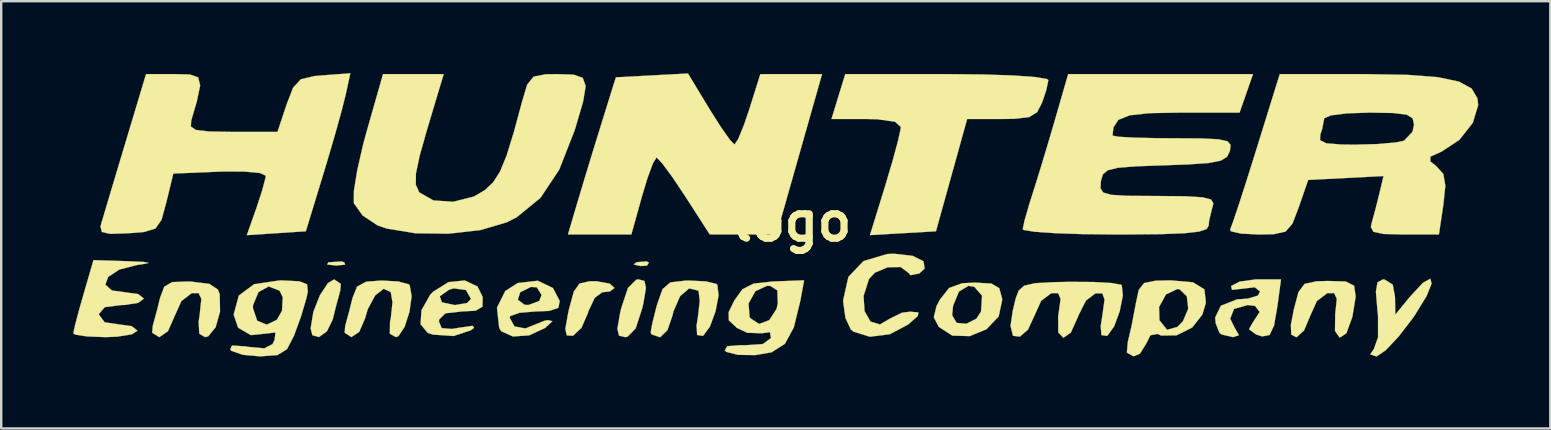
<source format=kicad_pcb>
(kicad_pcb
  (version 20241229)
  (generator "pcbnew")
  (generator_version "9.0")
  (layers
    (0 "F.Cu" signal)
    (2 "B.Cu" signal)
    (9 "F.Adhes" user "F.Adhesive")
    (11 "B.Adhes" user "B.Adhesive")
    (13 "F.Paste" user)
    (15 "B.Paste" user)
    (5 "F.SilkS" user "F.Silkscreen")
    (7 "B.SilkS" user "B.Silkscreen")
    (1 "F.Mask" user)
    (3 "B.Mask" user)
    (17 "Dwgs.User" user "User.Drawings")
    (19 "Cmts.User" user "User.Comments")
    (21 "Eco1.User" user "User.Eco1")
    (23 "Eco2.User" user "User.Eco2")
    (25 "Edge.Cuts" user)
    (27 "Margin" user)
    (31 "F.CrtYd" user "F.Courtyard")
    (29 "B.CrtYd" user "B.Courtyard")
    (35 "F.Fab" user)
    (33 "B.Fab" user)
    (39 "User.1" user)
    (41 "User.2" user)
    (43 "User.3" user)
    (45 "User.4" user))
  (footprint "logo"
    (layer "F.Cu")
    (at 29.95 6.188)
    (property "Reference" "logo" (at 0 0 0) (layer "F.SilkS") (effects (font (size 1.524 1.524) (thickness 0.3))))
    (attr through_hole)
    (fp_poly (pts (xy -18.649 1.695) (xy -18.615 1.792) (xy -18.983 1.829) (xy -19.363 1.787) (xy -19.317 1.695) (xy -18.77 1.659) (xy -18.649 1.695)) (stroke (width 0.01) (type solid)) (fill yes) (layer "F.SilkS"))
    (fp_poly (pts (xy -5.955 1.71) (xy -6.034 1.832) (xy -6.305 1.85) (xy -6.591 1.785) (xy -6.467 1.689) (xy -6.049 1.657) (xy -5.955 1.71)) (stroke (width 0.01) (type solid)) (fill yes) (layer "F.SilkS"))
    (fp_poly (pts (xy -18.795 2.593) (xy -18.819 2.874) (xy -18.987 3.491) (xy -19.133 4.077) (xy -19.374 4.571) (xy -19.708 4.811) (xy -19.981 4.732) (xy -20.053 4.451) (xy -19.942 3.768) (xy -19.671 3.074) (xy -19.332 2.559) (xy -19.073 2.406) (xy -18.795 2.593)) (stroke (width 0.01) (type solid)) (fill yes) (layer "F.SilkS"))
    (fp_poly (pts (xy -6.14 2.473) (xy -6.077 2.761) (xy -6.185 3.4) (xy -6.232 3.609) (xy -6.507 4.45) (xy -6.847 4.798) (xy -6.948 4.813) (xy -7.203 4.748) (xy -7.268 4.465) (xy -7.16 3.834) (xy -7.109 3.609) (xy -6.827 2.763) (xy -6.481 2.418) (xy -6.393 2.406) (xy -6.14 2.473)) (stroke (width 0.01) (type solid)) (fill yes) (layer "F.SilkS"))
    (fp_poly (pts (xy -8.133 2.486) (xy -7.587 2.584) (xy -7.387 2.764) (xy -7.589 2.913) (xy -7.896 2.941) (xy -8.211 3.172) (xy -8.478 3.737) (xy -8.498 3.81) (xy -8.765 4.425) (xy -9.112 4.751) (xy -9.14 4.758) (xy -9.381 4.738) (xy -9.437 4.467) (xy -9.324 3.825) (xy -9.285 3.65) (xy -9.087 2.92) (xy -8.847 2.578) (xy -8.426 2.484) (xy -8.133 2.486)) (stroke (width 0.01) (type solid)) (fill yes) (layer "F.SilkS"))
    (fp_poly (pts (xy 26.667 2.583) (xy 26.454 3.107) (xy 25.969 3.898) (xy 25.891 4.011) (xy 25.288 4.794) (xy 24.749 5.365) (xy 24.383 5.612) (xy 24.358 5.615) (xy 24.109 5.532) (xy 24.26 5.311) (xy 24.435 4.816) (xy 24.433 3.923) (xy 24.41 3.707) (xy 24.345 2.917) (xy 24.412 2.526) (xy 24.638 2.408) (xy 24.694 2.406) (xy 25.048 2.623) (xy 25.142 3.142) (xy 25.152 3.877) (xy 25.754 3.142) (xy 26.308 2.547) (xy 26.615 2.379) (xy 26.667 2.583)) (stroke (width 0.01) (type solid)) (fill yes) (layer "F.SilkS"))
    (fp_poly (pts (xy 23.084 2.494) (xy 23.438 2.67) (xy 23.504 3.121) (xy 23.363 3.97) (xy 23.361 3.977) (xy 23.117 4.65) (xy 22.836 4.835) (xy 22.64 4.555) (xy 22.649 3.85) (xy 22.716 3.219) (xy 22.603 2.977) (xy 22.315 2.981) (xy 21.886 3.307) (xy 21.599 3.944) (xy 21.352 4.533) (xy 21.049 4.81) (xy 21.018 4.813) (xy 20.816 4.705) (xy 20.801 4.303) (xy 20.927 3.651) (xy 21.118 2.934) (xy 21.372 2.594) (xy 21.866 2.486) (xy 22.361 2.472) (xy 23.084 2.494)) (stroke (width 0.01) (type solid)) (fill yes) (layer "F.SilkS"))
    (fp_poly (pts (xy -25.047 2.498) (xy -24.281 2.591) (xy -23.916 2.832) (xy -23.843 3.029) (xy -23.829 3.749) (xy -24.011 4.397) (xy -24.32 4.778) (xy -24.452 4.813) (xy -24.693 4.673) (xy -24.721 4.182) (xy -24.675 3.85) (xy -24.608 3.219) (xy -24.722 2.977) (xy -25.01 2.981) (xy -25.438 3.307) (xy -25.725 3.944) (xy -25.999 4.564) (xy -26.355 4.813) (xy -26.361 4.813) (xy -26.656 4.633) (xy -26.634 4.345) (xy -26.464 3.723) (xy -26.326 3.166) (xy -26.157 2.714) (xy -25.828 2.52) (xy -25.163 2.494) (xy -25.047 2.498)) (stroke (width 0.01) (type solid)) (fill yes) (layer "F.SilkS"))
    (fp_poly (pts (xy -16.398 2.494) (xy -15.967 2.61) (xy -15.924 2.649) (xy -15.844 3.109) (xy -15.933 3.757) (xy -16.135 4.382) (xy -16.392 4.771) (xy -16.499 4.813) (xy -16.752 4.673) (xy -16.745 4.182) (xy -16.712 4.017) (xy -16.641 3.36) (xy -16.715 2.935) (xy -17.009 2.799) (xy -17.361 3.071) (xy -17.673 3.649) (xy -17.784 4.029) (xy -18.026 4.591) (xy -18.354 4.813) (xy -18.636 4.628) (xy -18.613 4.345) (xy -18.443 3.721) (xy -18.306 3.173) (xy -18.118 2.706) (xy -17.737 2.502) (xy -17.096 2.454) (xy -16.398 2.494)) (stroke (width 0.01) (type solid)) (fill yes) (layer "F.SilkS"))
    (fp_poly (pts (xy 7.99 -6.134) (xy 9.245 -6.092) (xy 10.152 -6.027) (xy 10.635 -5.944) (xy 10.695 -5.9) (xy 10.607 -5.481) (xy 10.434 -4.964) (xy 10.225 -4.562) (xy 9.89 -4.357) (xy 9.269 -4.285) (xy 8.741 -4.278) (xy 7.309 -4.278) (xy 6.659 -1.938) (xy 6.009 0.401) (xy 4.634 0.481) (xy 3.258 0.561) (xy 3.902 -1.524) (xy 4.202 -2.537) (xy 4.428 -3.372) (xy 4.54 -3.881) (xy 4.545 -3.944) (xy 4.303 -4.164) (xy 3.564 -4.268) (xy 3.1 -4.278) (xy 1.654 -4.278) (xy 1.941 -5.214) (xy 2.229 -6.149) (xy 6.462 -6.149) (xy 7.99 -6.134)) (stroke (width 0.01) (type solid)) (fill yes) (layer "F.SilkS"))
    (fp_poly (pts (xy 8.323 2.581) (xy 8.647 2.773) (xy 8.768 3.218) (xy 8.772 3.249) (xy 8.625 3.95) (xy 8.119 4.481) (xy 7.419 4.771) (xy 6.69 4.75) (xy 6.128 4.386) (xy 5.919 3.989) (xy 5.94 3.899) (xy 6.684 3.899) (xy 6.868 4.217) (xy 7.276 4.256) (xy 7.696 4.042) (xy 7.887 3.746) (xy 7.93 3.085) (xy 7.608 2.716) (xy 7.365 2.674) (xy 6.969 2.911) (xy 6.722 3.506) (xy 6.684 3.899) (xy 5.94 3.899) (xy 6.031 3.519) (xy 6.173 3.25) (xy 6.554 2.766) (xy 7.099 2.567) (xy 7.63 2.54) (xy 8.323 2.581)) (stroke (width 0.01) (type solid)) (fill yes) (layer "F.SilkS"))
    (fp_poly (pts (xy -3.433 -4.699) (xy -2.953 -3.94) (xy -2.574 -3.405) (xy -2.388 -3.216) (xy -2.233 -3.444) (xy -1.989 -4.044) (xy -1.773 -4.679) (xy -1.31 -6.149) (xy 1.262 -6.149) (xy 0.313 -2.807) (xy -0.636 0.535) (xy -3.417 0.535) (xy -4.449 -1.067) (xy -4.976 -1.854) (xy -5.398 -2.427) (xy -5.629 -2.67) (xy -5.638 -2.671) (xy -5.785 -2.437) (xy -6.012 -1.823) (xy -6.24 -1.069) (xy -6.686 0.535) (xy -9.329 0.535) (xy -8.914 -0.869) (xy -8.61 -1.882) (xy -8.234 -3.115) (xy -7.915 -4.144) (xy -7.332 -6.016) (xy -5.829 -6.095) (xy -4.326 -6.175) (xy -3.433 -4.699)) (stroke (width 0.01) (type solid)) (fill yes) (layer "F.SilkS"))
    (fp_poly (pts (xy -3.579 2.489) (xy -3.147 2.592) (xy -3.102 2.63) (xy -3.051 3.077) (xy -3.177 3.735) (xy -3.409 4.369) (xy -3.681 4.742) (xy -3.719 4.76) (xy -3.946 4.723) (xy -3.968 4.324) (xy -3.91 3.959) (xy -3.836 3.3) (xy -3.883 2.897) (xy -3.9 2.874) (xy -4.275 2.781) (xy -4.656 3.108) (xy -4.936 3.752) (xy -4.969 3.903) (xy -5.183 4.527) (xy -5.479 4.81) (xy -5.511 4.813) (xy -5.847 4.696) (xy -5.881 4.612) (xy -5.814 4.244) (xy -5.65 3.59) (xy -5.609 3.44) (xy -5.386 2.81) (xy -5.06 2.531) (xy -4.432 2.457) (xy -4.279 2.455) (xy -3.579 2.489)) (stroke (width 0.01) (type solid)) (fill yes) (layer "F.SilkS"))
    (fp_poly (pts (xy 5.041 1.426) (xy 5.491 1.652) (xy 5.536 1.955) (xy 5.315 2.16) (xy 4.948 2.233) (xy 4.857 2.13) (xy 4.54 1.892) (xy 4 1.902) (xy 3.466 2.124) (xy 3.218 2.389) (xy 2.992 3.099) (xy 3.033 3.731) (xy 3.281 4.165) (xy 3.673 4.286) (xy 4.082 4.046) (xy 4.588 3.796) (xy 4.933 3.752) (xy 5.283 3.784) (xy 5.248 3.936) (xy 4.85 4.287) (xy 4.085 4.692) (xy 3.252 4.797) (xy 2.567 4.582) (xy 2.46 4.492) (xy 2.236 4.015) (xy 2.139 3.308) (xy 2.139 3.289) (xy 2.359 2.304) (xy 2.987 1.643) (xy 3.979 1.349) (xy 4.262 1.337) (xy 5.041 1.426)) (stroke (width 0.01) (type solid)) (fill yes) (layer "F.SilkS"))
    (fp_poly (pts (xy 20.244 3.498) (xy 20.101 4.328) (xy 19.914 4.724) (xy 19.608 4.783) (xy 19.351 4.703) (xy 19.055 4.484) (xy 19.206 4.216) (xy 19.5 3.764) (xy 19.309 3.514) (xy 18.999 3.476) (xy 18.431 3.639) (xy 18.272 4.044) (xy 18.458 4.423) (xy 18.638 4.734) (xy 18.392 4.813) (xy 18.392 4.813) (xy 17.924 4.704) (xy 17.825 4.634) (xy 17.668 4.239) (xy 17.646 3.995) (xy 17.885 3.503) (xy 18.553 3.241) (xy 19.005 3.208) (xy 19.427 3.08) (xy 19.518 2.912) (xy 19.297 2.735) (xy 18.827 2.789) (xy 18.347 2.844) (xy 18.308 2.684) (xy 18.667 2.499) (xy 19.323 2.408) (xy 19.435 2.406) (xy 20.39 2.406) (xy 20.244 3.498)) (stroke (width 0.01) (type solid)) (fill yes) (layer "F.SilkS"))
    (fp_poly (pts (xy -27.721 1.647) (xy -27.006 1.679) (xy -26.802 1.72) (xy -27.081 1.778) (xy -27.269 1.802) (xy -28.031 1.998) (xy -28.493 2.305) (xy -28.609 2.627) (xy -28.334 2.869) (xy -27.806 2.941) (xy -27.243 3.018) (xy -27.004 3.205) (xy -27.004 3.208) (xy -27.239 3.385) (xy -27.817 3.473) (xy -27.94 3.476) (xy -28.632 3.563) (xy -28.874 3.84) (xy -28.876 3.877) (xy -28.637 4.195) (xy -28.074 4.278) (xy -27.511 4.355) (xy -27.272 4.542) (xy -27.272 4.545) (xy -27.512 4.698) (xy -28.127 4.795) (xy -28.608 4.813) (xy -29.371 4.784) (xy -29.855 4.711) (xy -29.945 4.653) (xy -29.876 4.328) (xy -29.698 3.657) (xy -29.525 3.049) (xy -29.105 1.604) (xy -27.721 1.647)) (stroke (width 0.01) (type solid)) (fill yes) (layer "F.SilkS"))
    (fp_poly (pts (xy 16.721 2.528) (xy 17.198 2.822) (xy 17.26 3.379) (xy 17.114 3.872) (xy 16.689 4.412) (xy 16.038 4.737) (xy 15.391 4.747) (xy 15.237 4.677) (xy 14.943 4.737) (xy 14.79 5.053) (xy 14.512 5.502) (xy 14.242 5.615) (xy 13.966 5.457) (xy 14.006 5.013) (xy 14.164 4.332) (xy 14.312 3.557) (xy 15.307 3.557) (xy 15.323 4.108) (xy 15.64 4.507) (xy 16.068 4.389) (xy 16.299 4.157) (xy 16.523 3.632) (xy 16.465 3.112) (xy 16.165 2.819) (xy 16.068 2.807) (xy 15.596 3.034) (xy 15.307 3.557) (xy 14.312 3.557) (xy 14.324 3.494) (xy 14.334 3.434) (xy 14.46 2.847) (xy 14.683 2.559) (xy 15.164 2.461) (xy 15.782 2.447) (xy 16.721 2.528)) (stroke (width 0.01) (type solid)) (fill yes) (layer "F.SilkS"))
    (fp_poly (pts (xy -13.096 2.704) (xy -12.882 3.142) (xy -12.893 3.544) (xy -13.176 3.712) (xy -13.751 3.743) (xy -14.437 3.82) (xy -14.697 4.076) (xy -14.705 4.165) (xy -14.592 4.439) (xy -14.167 4.472) (xy -13.836 4.417) (xy -13.304 4.34) (xy -13.243 4.424) (xy -13.368 4.525) (xy -14.093 4.766) (xy -14.952 4.708) (xy -15.173 4.636) (xy -15.472 4.275) (xy -15.433 3.691) (xy -15.107 3.111) (xy -14.672 3.111) (xy -14.582 3.363) (xy -14.052 3.476) (xy -14.037 3.476) (xy -13.534 3.39) (xy -13.368 3.224) (xy -13.58 2.851) (xy -14.087 2.78) (xy -14.28 2.835) (xy -14.672 3.111) (xy -15.107 3.111) (xy -15.076 3.056) (xy -14.956 2.925) (xy -14.306 2.519) (xy -13.63 2.451) (xy -13.096 2.704)) (stroke (width 0.01) (type solid)) (fill yes) (layer "F.SilkS"))
    (fp_poly (pts (xy -9.954 2.767) (xy -9.673 3.304) (xy -9.725 3.591) (xy -10.11 3.72) (xy -10.675 3.743) (xy -11.352 3.798) (xy -11.733 3.935) (xy -11.764 3.995) (xy -11.556 4.368) (xy -11.103 4.451) (xy -10.895 4.368) (xy -10.32 4.135) (xy -10.16 4.102) (xy -9.978 4.148) (xy -10.264 4.418) (xy -10.278 4.429) (xy -10.946 4.738) (xy -11.623 4.786) (xy -12.107 4.57) (xy -12.195 4.431) (xy -12.287 3.586) (xy -12.122 3.253) (xy -11.418 3.253) (xy -11.144 3.461) (xy -10.984 3.476) (xy -10.525 3.306) (xy -10.427 3.055) (xy -10.628 2.734) (xy -10.873 2.721) (xy -11.319 2.944) (xy -11.418 3.253) (xy -12.122 3.253) (xy -11.943 2.892) (xy -11.416 2.556) (xy -10.585 2.463) (xy -9.954 2.767)) (stroke (width 0.01) (type solid)) (fill yes) (layer "F.SilkS"))
    (fp_poly (pts (xy 0.357 3.295) (xy 0.085 4.408) (xy -0.285 5.09) (xy -0.838 5.444) (xy -1.515 5.562) (xy -2.244 5.552) (xy -2.725 5.429) (xy -2.795 5.368) (xy -2.691 5.191) (xy -2.119 5.147) (xy -1.979 5.153) (xy -1.203 5.1) (xy -0.866 4.851) (xy -0.909 4.606) (xy -1.252 4.652) (xy -1.859 4.631) (xy -2.287 4.428) (xy -2.623 4.115) (xy -2.633 3.776) (xy -2.455 3.41) (xy -1.8 3.41) (xy -1.761 3.968) (xy -1.73 4.023) (xy -1.359 4.264) (xy -0.938 4.105) (xy -0.633 3.636) (xy -0.584 3.407) (xy -0.602 2.865) (xy -0.894 2.681) (xy -1.034 2.674) (xy -1.516 2.898) (xy -1.8 3.41) (xy -2.455 3.41) (xy -2.397 3.29) (xy -2.055 2.814) (xy -1.588 2.58) (xy -0.798 2.495) (xy -0.736 2.492) (xy 0.514 2.445) (xy 0.357 3.295)) (stroke (width 0.01) (type solid)) (fill yes) (layer "F.SilkS"))
    (fp_poly (pts (xy 12.574 2.515) (xy 13.336 2.558) (xy 13.731 2.631) (xy 13.754 2.649) (xy 13.798 3.086) (xy 13.667 3.739) (xy 13.432 4.37) (xy 13.164 4.741) (xy 13.125 4.76) (xy 12.904 4.727) (xy 12.876 4.345) (xy 12.948 3.888) (xy 13.036 3.245) (xy 12.944 2.989) (xy 12.659 2.987) (xy 12.257 3.292) (xy 11.944 3.916) (xy 11.936 3.946) (xy 11.632 4.623) (xy 11.319 4.842) (xy 11.106 4.613) (xy 11.101 3.951) (xy 11.118 3.851) (xy 11.203 3.221) (xy 11.101 2.978) (xy 10.813 2.982) (xy 10.391 3.304) (xy 10.102 3.944) (xy 9.843 4.503) (xy 9.505 4.793) (xy 9.219 4.758) (xy 9.117 4.347) (xy 9.117 4.345) (xy 9.209 3.721) (xy 9.33 3.208) (xy 9.457 2.871) (xy 9.686 2.669) (xy 10.139 2.565) (xy 10.938 2.521) (xy 11.582 2.509) (xy 12.574 2.515)) (stroke (width 0.01) (type solid)) (fill yes) (layer "F.SilkS"))
    (fp_poly (pts (xy -21.25 2.45) (xy -20.521 2.486) (xy -20.203 2.611) (xy -20.17 2.916) (xy -20.225 3.175) (xy -20.448 3.933) (xy -20.743 4.746) (xy -21.038 5.315) (xy -21.436 5.561) (xy -22.152 5.615) (xy -22.162 5.615) (xy -22.882 5.549) (xy -23.349 5.387) (xy -23.405 5.33) (xy -23.333 5.163) (xy -22.776 5.198) (xy -22.656 5.219) (xy -21.983 5.281) (xy -21.643 5.104) (xy -21.557 4.939) (xy -21.52 4.617) (xy -21.825 4.655) (xy -22.543 4.729) (xy -23.074 4.423) (xy -23.261 3.878) (xy -23.187 3.601) (xy -22.459 3.601) (xy -22.283 4.125) (xy -21.885 4.294) (xy -21.459 4.09) (xy -21.247 3.716) (xy -21.216 3.152) (xy -21.345 2.879) (xy -21.802 2.701) (xy -22.226 2.935) (xy -22.452 3.473) (xy -22.459 3.601) (xy -23.187 3.601) (xy -23.048 3.081) (xy -22.408 2.605) (xy -21.341 2.449) (xy -21.25 2.45)) (stroke (width 0.01) (type solid)) (fill yes) (layer "F.SilkS"))
    (fp_poly (pts (xy -15.185 -3.89) (xy -15.508 -2.754) (xy -15.665 -2.008) (xy -15.67 -1.541) (xy -15.537 -1.24) (xy -15.519 -1.217) (xy -14.934 -0.884) (xy -14.107 -0.83) (xy -13.248 -1.047) (xy -12.784 -1.319) (xy -12.445 -1.642) (xy -12.161 -2.085) (xy -11.888 -2.748) (xy -11.582 -3.737) (xy -11.238 -5.013) (xy -11.027 -5.714) (xy -10.76 -6.044) (xy -10.253 -6.143) (xy -9.749 -6.149) (xy -9.088 -6.126) (xy -8.711 -5.992) (xy -8.59 -5.651) (xy -8.696 -5.007) (xy -9.001 -3.964) (xy -9.055 -3.792) (xy -9.692 -2.167) (xy -10.475 -0.991) (xy -11.461 -0.186) (xy -11.871 0.025) (xy -12.963 0.348) (xy -14.31 0.502) (xy -15.691 0.484) (xy -16.884 0.288) (xy -17.273 0.152) (xy -17.891 -0.26) (xy -18.247 -0.761) (xy -18.254 -0.783) (xy -18.249 -1.287) (xy -18.11 -2.15) (xy -17.864 -3.224) (xy -17.72 -3.753) (xy -17.036 -6.149) (xy -14.508 -6.149) (xy -15.185 -3.89)) (stroke (width 0.01) (type solid)) (fill yes) (layer "F.SilkS"))
    (fp_poly (pts (xy -18.591 -5.297) (xy -18.756 -4.643) (xy -19.031 -3.652) (xy -19.369 -2.497) (xy -19.518 -2.005) (xy -20.253 0.401) (xy -21.483 0.482) (xy -22.713 0.563) (xy -22.318 -0.554) (xy -22.077 -1.289) (xy -21.938 -1.814) (xy -21.924 -1.917) (xy -22.169 -2.026) (xy -22.814 -2.087) (xy -23.727 -2.088) (xy -23.851 -2.084) (xy -25.777 -2.005) (xy -26.068 -0.802) (xy -26.267 -0.078) (xy -26.518 0.286) (xy -26.995 0.431) (xy -27.64 0.483) (xy -28.405 0.51) (xy -28.756 0.43) (xy -28.811 0.204) (xy -28.781 0.082) (xy -28.649 -0.361) (xy -28.402 -1.191) (xy -28.076 -2.279) (xy -27.777 -3.275) (xy -26.914 -6.149) (xy -25.727 -6.149) (xy -25.086 -6.134) (xy -24.742 -6.014) (xy -24.657 -5.682) (xy -24.791 -5.031) (xy -25.03 -4.211) (xy -25.045 -3.965) (xy -24.839 -3.824) (xy -24.309 -3.759) (xy -23.352 -3.743) (xy -23.301 -3.743) (xy -21.434 -3.743) (xy -21.057 -4.879) (xy -20.783 -5.588) (xy -20.462 -5.933) (xy -19.902 -6.068) (xy -19.539 -6.099) (xy -18.399 -6.183) (xy -18.591 -5.297)) (stroke (width 0.01) (type solid)) (fill yes) (layer "F.SilkS"))
    (fp_poly (pts (xy 18.943 -5.347) (xy 18.663 -4.545) (xy 16.178 -4.545) (xy 14.909 -4.522) (xy 14.084 -4.432) (xy 13.612 -4.243) (xy 13.405 -3.927) (xy 13.368 -3.588) (xy 13.616 -3.539) (xy 14.282 -3.502) (xy 15.249 -3.479) (xy 15.883 -3.476) (xy 17.052 -3.469) (xy 17.78 -3.433) (xy 18.162 -3.349) (xy 18.291 -3.195) (xy 18.261 -2.951) (xy 18.261 -2.95) (xy 18.144 -2.704) (xy 17.88 -2.543) (xy 17.365 -2.443) (xy 16.497 -2.383) (xy 15.545 -2.349) (xy 14.354 -2.306) (xy 13.595 -2.246) (xy 13.166 -2.142) (xy 12.964 -1.968) (xy 12.886 -1.699) (xy 12.882 -1.671) (xy 12.866 -1.388) (xy 12.981 -1.212) (xy 13.325 -1.117) (xy 13.996 -1.077) (xy 15.092 -1.07) (xy 15.25 -1.069) (xy 16.409 -1.058) (xy 17.122 -1.015) (xy 17.479 -0.921) (xy 17.57 -0.762) (xy 17.541 -0.647) (xy 17.394 -0.044) (xy 17.379 0.156) (xy 17.29 0.308) (xy 16.975 0.414) (xy 16.36 0.483) (xy 15.375 0.521) (xy 13.946 0.534) (xy 13.502 0.535) (xy 12.131 0.52) (xy 10.974 0.481) (xy 10.123 0.422) (xy 9.672 0.349) (xy 9.625 0.315) (xy 9.702 -0.052) (xy 9.897 -0.728) (xy 10.012 -1.089) (xy 10.287 -1.963) (xy 10.632 -3.1) (xy 10.959 -4.211) (xy 11.519 -6.149) (xy 19.223 -6.149) (xy 18.943 -5.347)) (stroke (width 0.01) (type solid)) (fill yes) (layer "F.SilkS"))
    (fp_poly (pts (xy 25.64 -6.12) (xy 26.929 -6.021) (xy 27.808 -5.836) (xy 28.337 -5.547) (xy 28.577 -5.139) (xy 28.608 -4.857) (xy 28.385 -4.121) (xy 27.823 -3.407) (xy 27.087 -2.922) (xy 27.071 -2.916) (xy 26.614 -2.706) (xy 26.615 -2.513) (xy 26.868 -2.308) (xy 27.155 -1.988) (xy 27.239 -1.497) (xy 27.158 -0.712) (xy 26.971 0.535) (xy 25.499 0.535) (xy 24.658 0.513) (xy 24.24 0.423) (xy 24.135 0.224) (xy 24.166 0.067) (xy 24.333 -0.546) (xy 24.484 -1.151) (xy 24.663 -1.9) (xy 23.093 -1.819) (xy 21.523 -1.738) (xy 21.13 -0.602) (xy 20.869 0.08) (xy 20.582 0.413) (xy 20.085 0.524) (xy 19.444 0.535) (xy 18.723 0.498) (xy 18.31 0.405) (xy 18.268 0.334) (xy 18.389 0.014) (xy 18.632 -0.71) (xy 18.962 -1.734) (xy 19.345 -2.951) (xy 19.362 -3.008) (xy 19.482 -3.395) (xy 22.017 -3.395) (xy 22.277 -3.266) (xy 22.912 -3.214) (xy 23.478 -3.208) (xy 24.416 -3.234) (xy 25.176 -3.301) (xy 25.512 -3.371) (xy 25.869 -3.743) (xy 25.935 -4.039) (xy 25.876 -4.306) (xy 25.626 -4.459) (xy 25.071 -4.528) (xy 24.097 -4.545) (xy 24.063 -4.545) (xy 23.141 -4.513) (xy 22.472 -4.429) (xy 22.193 -4.31) (xy 22.192 -4.3) (xy 22.103 -3.852) (xy 22.029 -3.631) (xy 22.017 -3.395) (xy 19.482 -3.395) (xy 20.338 -6.149) (xy 23.879 -6.149) (xy 25.64 -6.12)) (stroke (width 0.01) (type solid)) (fill yes) (layer "F.SilkS")))
  (gr_rect
    (start -3 -3)
    (end 61.564 14.807)
    (stroke (width 0.1) (type default))
    (fill no)
    (layer "Edge.Cuts")))
</source>
